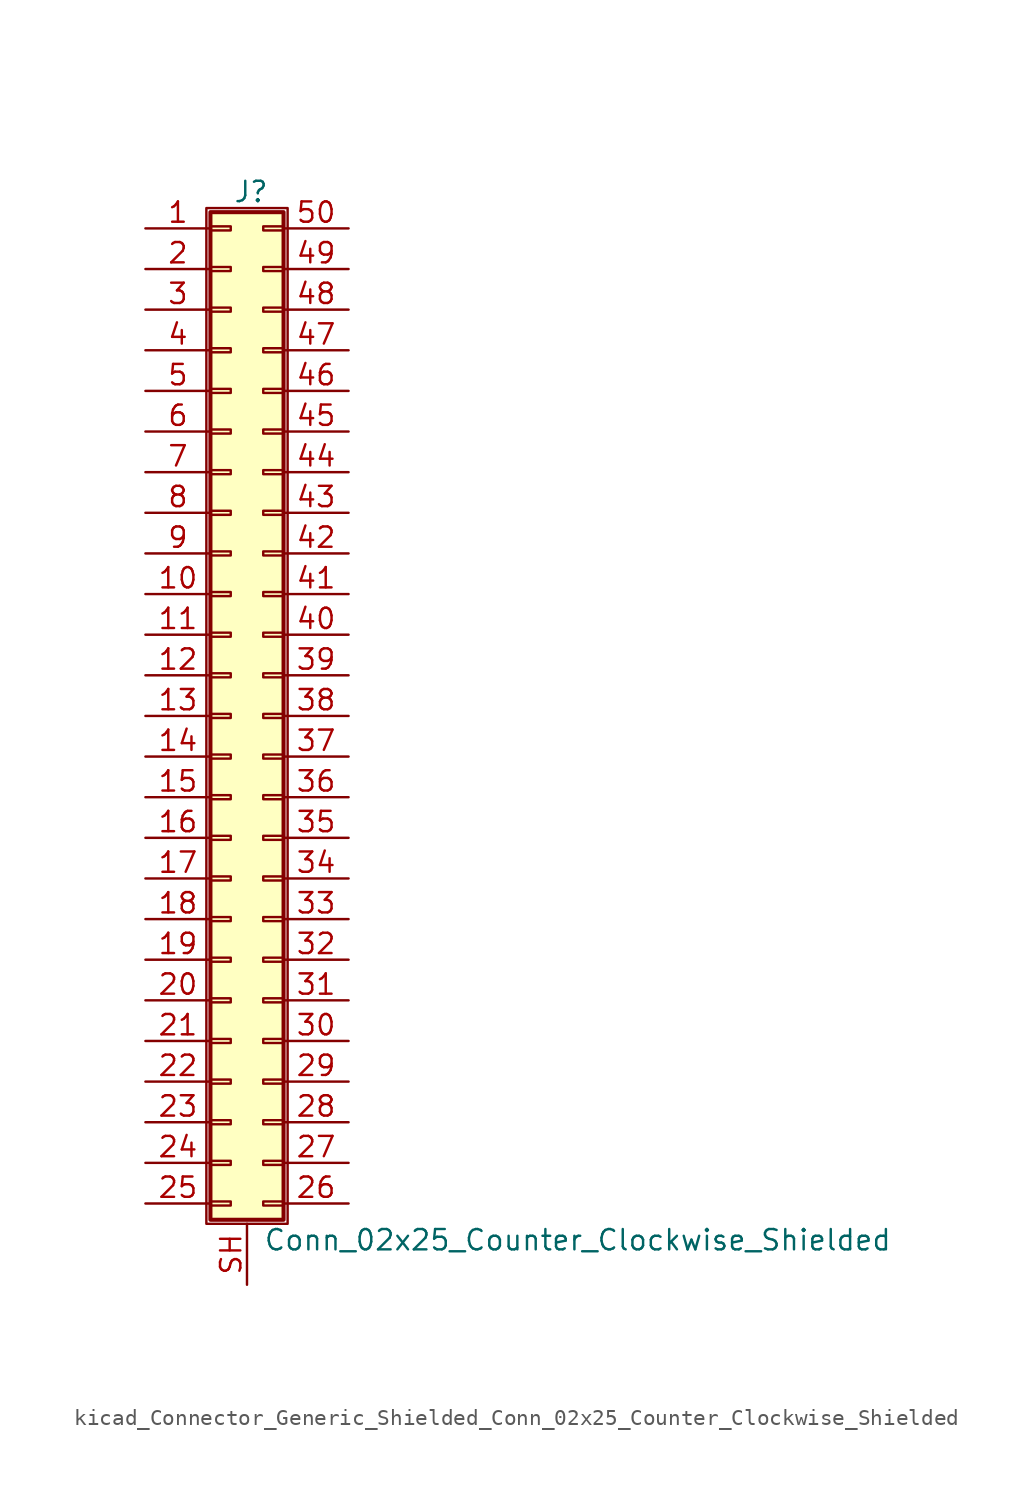
<source format=kicad_sym>
(kicad_symbol_lib
  (version 20220914)
  (generator kicad_symbol_editor)
  (symbol "kicad_Connector_Generic_Shielded_Conn_02x25_Counter_Clockwise_Shielded"
    (pin_names
      (offset 1.016) hide)
    (property "Reference" "J"
      (at 1.524 32.766 0)
      (effects (font (size 1.27 1.27))))
    (property "Value" "Conn_02x25_Counter_Clockwise_Shielded"
      (at 2.286 -32.766 0)
      (effects (font (size 1.27 1.27)) (justify left)))
    (symbol "kicad_Connector_Generic_Shielded_Conn_02x25_Counter_Clockwise_Shielded_1_1"
      (rectangle (start -1.27 31.75) (end 3.81 -31.75) (stroke (width 0.152) (type default)) (fill (type none)))
      (rectangle (start -1.016 -30.353) (end 0.254 -30.607) (stroke (width 0.152) (type default)) (fill (type none)))
      (rectangle (start -1.016 -27.813) (end 0.254 -28.067) (stroke (width 0.152) (type default)) (fill (type none)))
      (rectangle (start -1.016 -25.273) (end 0.254 -25.527) (stroke (width 0.152) (type default)) (fill (type none)))
      (rectangle (start -1.016 -22.733) (end 0.254 -22.987) (stroke (width 0.152) (type default)) (fill (type none)))
      (rectangle (start -1.016 -20.193) (end 0.254 -20.447) (stroke (width 0.152) (type default)) (fill (type none)))
      (rectangle (start -1.016 -17.653) (end 0.254 -17.907) (stroke (width 0.152) (type default)) (fill (type none)))
      (rectangle (start -1.016 -15.113) (end 0.254 -15.367) (stroke (width 0.152) (type default)) (fill (type none)))
      (rectangle (start -1.016 -12.573) (end 0.254 -12.827) (stroke (width 0.152) (type default)) (fill (type none)))
      (rectangle (start -1.016 -10.033) (end 0.254 -10.287) (stroke (width 0.152) (type default)) (fill (type none)))
      (rectangle (start -1.016 -7.493) (end 0.254 -7.747) (stroke (width 0.152) (type default)) (fill (type none)))
      (rectangle (start -1.016 -4.953) (end 0.254 -5.207) (stroke (width 0.152) (type default)) (fill (type none)))
      (rectangle (start -1.016 -2.413) (end 0.254 -2.667) (stroke (width 0.152) (type default)) (fill (type none)))
      (rectangle (start -1.016 0.127) (end 0.254 -0.127) (stroke (width 0.152) (type default)) (fill (type none)))
      (rectangle (start -1.016 2.667) (end 0.254 2.413) (stroke (width 0.152) (type default)) (fill (type none)))
      (rectangle (start -1.016 5.207) (end 0.254 4.953) (stroke (width 0.152) (type default)) (fill (type none)))
      (rectangle (start -1.016 7.747) (end 0.254 7.493) (stroke (width 0.152) (type default)) (fill (type none)))
      (rectangle (start -1.016 10.287) (end 0.254 10.033) (stroke (width 0.152) (type default)) (fill (type none)))
      (rectangle (start -1.016 12.827) (end 0.254 12.573) (stroke (width 0.152) (type default)) (fill (type none)))
      (rectangle (start -1.016 15.367) (end 0.254 15.113) (stroke (width 0.152) (type default)) (fill (type none)))
      (rectangle (start -1.016 17.907) (end 0.254 17.653) (stroke (width 0.152) (type default)) (fill (type none)))
      (rectangle (start -1.016 20.447) (end 0.254 20.193) (stroke (width 0.152) (type default)) (fill (type none)))
      (rectangle (start -1.016 22.987) (end 0.254 22.733) (stroke (width 0.152) (type default)) (fill (type none)))
      (rectangle (start -1.016 25.527) (end 0.254 25.273) (stroke (width 0.152) (type default)) (fill (type none)))
      (rectangle (start -1.016 28.067) (end 0.254 27.813) (stroke (width 0.152) (type default)) (fill (type none)))
      (rectangle (start -1.016 30.607) (end 0.254 30.353) (stroke (width 0.152) (type default)) (fill (type none)))
      (rectangle (start -1.016 31.496) (end 3.556 -31.496) (stroke (width 0.254) (type default)) (fill (type background)))
      (rectangle (start 3.556 -30.353) (end 2.286 -30.607) (stroke (width 0.152) (type default)) (fill (type none)))
      (rectangle (start 3.556 -27.813) (end 2.286 -28.067) (stroke (width 0.152) (type default)) (fill (type none)))
      (rectangle (start 3.556 -25.273) (end 2.286 -25.527) (stroke (width 0.152) (type default)) (fill (type none)))
      (rectangle (start 3.556 -22.733) (end 2.286 -22.987) (stroke (width 0.152) (type default)) (fill (type none)))
      (rectangle (start 3.556 -20.193) (end 2.286 -20.447) (stroke (width 0.152) (type default)) (fill (type none)))
      (rectangle (start 3.556 -17.653) (end 2.286 -17.907) (stroke (width 0.152) (type default)) (fill (type none)))
      (rectangle (start 3.556 -15.113) (end 2.286 -15.367) (stroke (width 0.152) (type default)) (fill (type none)))
      (rectangle (start 3.556 -12.573) (end 2.286 -12.827) (stroke (width 0.152) (type default)) (fill (type none)))
      (rectangle (start 3.556 -10.033) (end 2.286 -10.287) (stroke (width 0.152) (type default)) (fill (type none)))
      (rectangle (start 3.556 -7.493) (end 2.286 -7.747) (stroke (width 0.152) (type default)) (fill (type none)))
      (rectangle (start 3.556 -4.953) (end 2.286 -5.207) (stroke (width 0.152) (type default)) (fill (type none)))
      (rectangle (start 3.556 -2.413) (end 2.286 -2.667) (stroke (width 0.152) (type default)) (fill (type none)))
      (rectangle (start 3.556 0.127) (end 2.286 -0.127) (stroke (width 0.152) (type default)) (fill (type none)))
      (rectangle (start 3.556 2.667) (end 2.286 2.413) (stroke (width 0.152) (type default)) (fill (type none)))
      (rectangle (start 3.556 5.207) (end 2.286 4.953) (stroke (width 0.152) (type default)) (fill (type none)))
      (rectangle (start 3.556 7.747) (end 2.286 7.493) (stroke (width 0.152) (type default)) (fill (type none)))
      (rectangle (start 3.556 10.287) (end 2.286 10.033) (stroke (width 0.152) (type default)) (fill (type none)))
      (rectangle (start 3.556 12.827) (end 2.286 12.573) (stroke (width 0.152) (type default)) (fill (type none)))
      (rectangle (start 3.556 15.367) (end 2.286 15.113) (stroke (width 0.152) (type default)) (fill (type none)))
      (rectangle (start 3.556 17.907) (end 2.286 17.653) (stroke (width 0.152) (type default)) (fill (type none)))
      (rectangle (start 3.556 20.447) (end 2.286 20.193) (stroke (width 0.152) (type default)) (fill (type none)))
      (rectangle (start 3.556 22.987) (end 2.286 22.733) (stroke (width 0.152) (type default)) (fill (type none)))
      (rectangle (start 3.556 25.527) (end 2.286 25.273) (stroke (width 0.152) (type default)) (fill (type none)))
      (rectangle (start 3.556 28.067) (end 2.286 27.813) (stroke (width 0.152) (type default)) (fill (type none)))
      (rectangle (start 3.556 30.607) (end 2.286 30.353) (stroke (width 0.152) (type default)) (fill (type none)))
      (pin passive line (at -5.08 30.48 0) (length 4.064) (name "Pin_1" (effects (font (size 1.27 1.27)))) (number "1" (effects (font (size 1.27 1.27)))))
      (pin passive line (at -5.08 7.62 0) (length 4.064) (name "Pin_10" (effects (font (size 1.27 1.27)))) (number "10" (effects (font (size 1.27 1.27)))))
      (pin passive line (at -5.08 5.08 0) (length 4.064) (name "Pin_11" (effects (font (size 1.27 1.27)))) (number "11" (effects (font (size 1.27 1.27)))))
      (pin passive line (at -5.08 2.54 0) (length 4.064) (name "Pin_12" (effects (font (size 1.27 1.27)))) (number "12" (effects (font (size 1.27 1.27)))))
      (pin passive line (at -5.08 0 0) (length 4.064) (name "Pin_13" (effects (font (size 1.27 1.27)))) (number "13" (effects (font (size 1.27 1.27)))))
      (pin passive line (at -5.08 -2.54 0) (length 4.064) (name "Pin_14" (effects (font (size 1.27 1.27)))) (number "14" (effects (font (size 1.27 1.27)))))
      (pin passive line (at -5.08 -5.08 0) (length 4.064) (name "Pin_15" (effects (font (size 1.27 1.27)))) (number "15" (effects (font (size 1.27 1.27)))))
      (pin passive line (at -5.08 -7.62 0) (length 4.064) (name "Pin_16" (effects (font (size 1.27 1.27)))) (number "16" (effects (font (size 1.27 1.27)))))
      (pin passive line (at -5.08 -10.16 0) (length 4.064) (name "Pin_17" (effects (font (size 1.27 1.27)))) (number "17" (effects (font (size 1.27 1.27)))))
      (pin passive line (at -5.08 -12.7 0) (length 4.064) (name "Pin_18" (effects (font (size 1.27 1.27)))) (number "18" (effects (font (size 1.27 1.27)))))
      (pin passive line (at -5.08 -15.24 0) (length 4.064) (name "Pin_19" (effects (font (size 1.27 1.27)))) (number "19" (effects (font (size 1.27 1.27)))))
      (pin passive line (at -5.08 27.94 0) (length 4.064) (name "Pin_2" (effects (font (size 1.27 1.27)))) (number "2" (effects (font (size 1.27 1.27)))))
      (pin passive line (at -5.08 -17.78 0) (length 4.064) (name "Pin_20" (effects (font (size 1.27 1.27)))) (number "20" (effects (font (size 1.27 1.27)))))
      (pin passive line (at -5.08 -20.32 0) (length 4.064) (name "Pin_21" (effects (font (size 1.27 1.27)))) (number "21" (effects (font (size 1.27 1.27)))))
      (pin passive line (at -5.08 -22.86 0) (length 4.064) (name "Pin_22" (effects (font (size 1.27 1.27)))) (number "22" (effects (font (size 1.27 1.27)))))
      (pin passive line (at -5.08 -25.4 0) (length 4.064) (name "Pin_23" (effects (font (size 1.27 1.27)))) (number "23" (effects (font (size 1.27 1.27)))))
      (pin passive line (at -5.08 -27.94 0) (length 4.064) (name "Pin_24" (effects (font (size 1.27 1.27)))) (number "24" (effects (font (size 1.27 1.27)))))
      (pin passive line (at -5.08 -30.48 0) (length 4.064) (name "Pin_25" (effects (font (size 1.27 1.27)))) (number "25" (effects (font (size 1.27 1.27)))))
      (pin passive line (at 7.62 -30.48 180) (length 4.064) (name "Pin_26" (effects (font (size 1.27 1.27)))) (number "26" (effects (font (size 1.27 1.27)))))
      (pin passive line (at 7.62 -27.94 180) (length 4.064) (name "Pin_27" (effects (font (size 1.27 1.27)))) (number "27" (effects (font (size 1.27 1.27)))))
      (pin passive line (at 7.62 -25.4 180) (length 4.064) (name "Pin_28" (effects (font (size 1.27 1.27)))) (number "28" (effects (font (size 1.27 1.27)))))
      (pin passive line (at 7.62 -22.86 180) (length 4.064) (name "Pin_29" (effects (font (size 1.27 1.27)))) (number "29" (effects (font (size 1.27 1.27)))))
      (pin passive line (at -5.08 25.4 0) (length 4.064) (name "Pin_3" (effects (font (size 1.27 1.27)))) (number "3" (effects (font (size 1.27 1.27)))))
      (pin passive line (at 7.62 -20.32 180) (length 4.064) (name "Pin_30" (effects (font (size 1.27 1.27)))) (number "30" (effects (font (size 1.27 1.27)))))
      (pin passive line (at 7.62 -17.78 180) (length 4.064) (name "Pin_31" (effects (font (size 1.27 1.27)))) (number "31" (effects (font (size 1.27 1.27)))))
      (pin passive line (at 7.62 -15.24 180) (length 4.064) (name "Pin_32" (effects (font (size 1.27 1.27)))) (number "32" (effects (font (size 1.27 1.27)))))
      (pin passive line (at 7.62 -12.7 180) (length 4.064) (name "Pin_33" (effects (font (size 1.27 1.27)))) (number "33" (effects (font (size 1.27 1.27)))))
      (pin passive line (at 7.62 -10.16 180) (length 4.064) (name "Pin_34" (effects (font (size 1.27 1.27)))) (number "34" (effects (font (size 1.27 1.27)))))
      (pin passive line (at 7.62 -7.62 180) (length 4.064) (name "Pin_35" (effects (font (size 1.27 1.27)))) (number "35" (effects (font (size 1.27 1.27)))))
      (pin passive line (at 7.62 -5.08 180) (length 4.064) (name "Pin_36" (effects (font (size 1.27 1.27)))) (number "36" (effects (font (size 1.27 1.27)))))
      (pin passive line (at 7.62 -2.54 180) (length 4.064) (name "Pin_37" (effects (font (size 1.27 1.27)))) (number "37" (effects (font (size 1.27 1.27)))))
      (pin passive line (at 7.62 0 180) (length 4.064) (name "Pin_38" (effects (font (size 1.27 1.27)))) (number "38" (effects (font (size 1.27 1.27)))))
      (pin passive line (at 7.62 2.54 180) (length 4.064) (name "Pin_39" (effects (font (size 1.27 1.27)))) (number "39" (effects (font (size 1.27 1.27)))))
      (pin passive line (at -5.08 22.86 0) (length 4.064) (name "Pin_4" (effects (font (size 1.27 1.27)))) (number "4" (effects (font (size 1.27 1.27)))))
      (pin passive line (at 7.62 5.08 180) (length 4.064) (name "Pin_40" (effects (font (size 1.27 1.27)))) (number "40" (effects (font (size 1.27 1.27)))))
      (pin passive line (at 7.62 7.62 180) (length 4.064) (name "Pin_41" (effects (font (size 1.27 1.27)))) (number "41" (effects (font (size 1.27 1.27)))))
      (pin passive line (at 7.62 10.16 180) (length 4.064) (name "Pin_42" (effects (font (size 1.27 1.27)))) (number "42" (effects (font (size 1.27 1.27)))))
      (pin passive line (at 7.62 12.7 180) (length 4.064) (name "Pin_43" (effects (font (size 1.27 1.27)))) (number "43" (effects (font (size 1.27 1.27)))))
      (pin passive line (at 7.62 15.24 180) (length 4.064) (name "Pin_44" (effects (font (size 1.27 1.27)))) (number "44" (effects (font (size 1.27 1.27)))))
      (pin passive line (at 7.62 17.78 180) (length 4.064) (name "Pin_45" (effects (font (size 1.27 1.27)))) (number "45" (effects (font (size 1.27 1.27)))))
      (pin passive line (at 7.62 20.32 180) (length 4.064) (name "Pin_46" (effects (font (size 1.27 1.27)))) (number "46" (effects (font (size 1.27 1.27)))))
      (pin passive line (at 7.62 22.86 180) (length 4.064) (name "Pin_47" (effects (font (size 1.27 1.27)))) (number "47" (effects (font (size 1.27 1.27)))))
      (pin passive line (at 7.62 25.4 180) (length 4.064) (name "Pin_48" (effects (font (size 1.27 1.27)))) (number "48" (effects (font (size 1.27 1.27)))))
      (pin passive line (at 7.62 27.94 180) (length 4.064) (name "Pin_49" (effects (font (size 1.27 1.27)))) (number "49" (effects (font (size 1.27 1.27)))))
      (pin passive line (at -5.08 20.32 0) (length 4.064) (name "Pin_5" (effects (font (size 1.27 1.27)))) (number "5" (effects (font (size 1.27 1.27)))))
      (pin passive line (at 7.62 30.48 180) (length 4.064) (name "Pin_50" (effects (font (size 1.27 1.27)))) (number "50" (effects (font (size 1.27 1.27)))))
      (pin passive line (at -5.08 17.78 0) (length 4.064) (name "Pin_6" (effects (font (size 1.27 1.27)))) (number "6" (effects (font (size 1.27 1.27)))))
      (pin passive line (at -5.08 15.24 0) (length 4.064) (name "Pin_7" (effects (font (size 1.27 1.27)))) (number "7" (effects (font (size 1.27 1.27)))))
      (pin passive line (at -5.08 12.7 0) (length 4.064) (name "Pin_8" (effects (font (size 1.27 1.27)))) (number "8" (effects (font (size 1.27 1.27)))))
      (pin passive line (at -5.08 10.16 0) (length 4.064) (name "Pin_9" (effects (font (size 1.27 1.27)))) (number "9" (effects (font (size 1.27 1.27)))))
      (pin passive line (at 1.27 -35.56 90) (length 3.81) (name "Shield" (effects (font (size 1.27 1.27)))) (number "SH" (effects (font (size 1.27 1.27))))))))
</source>
